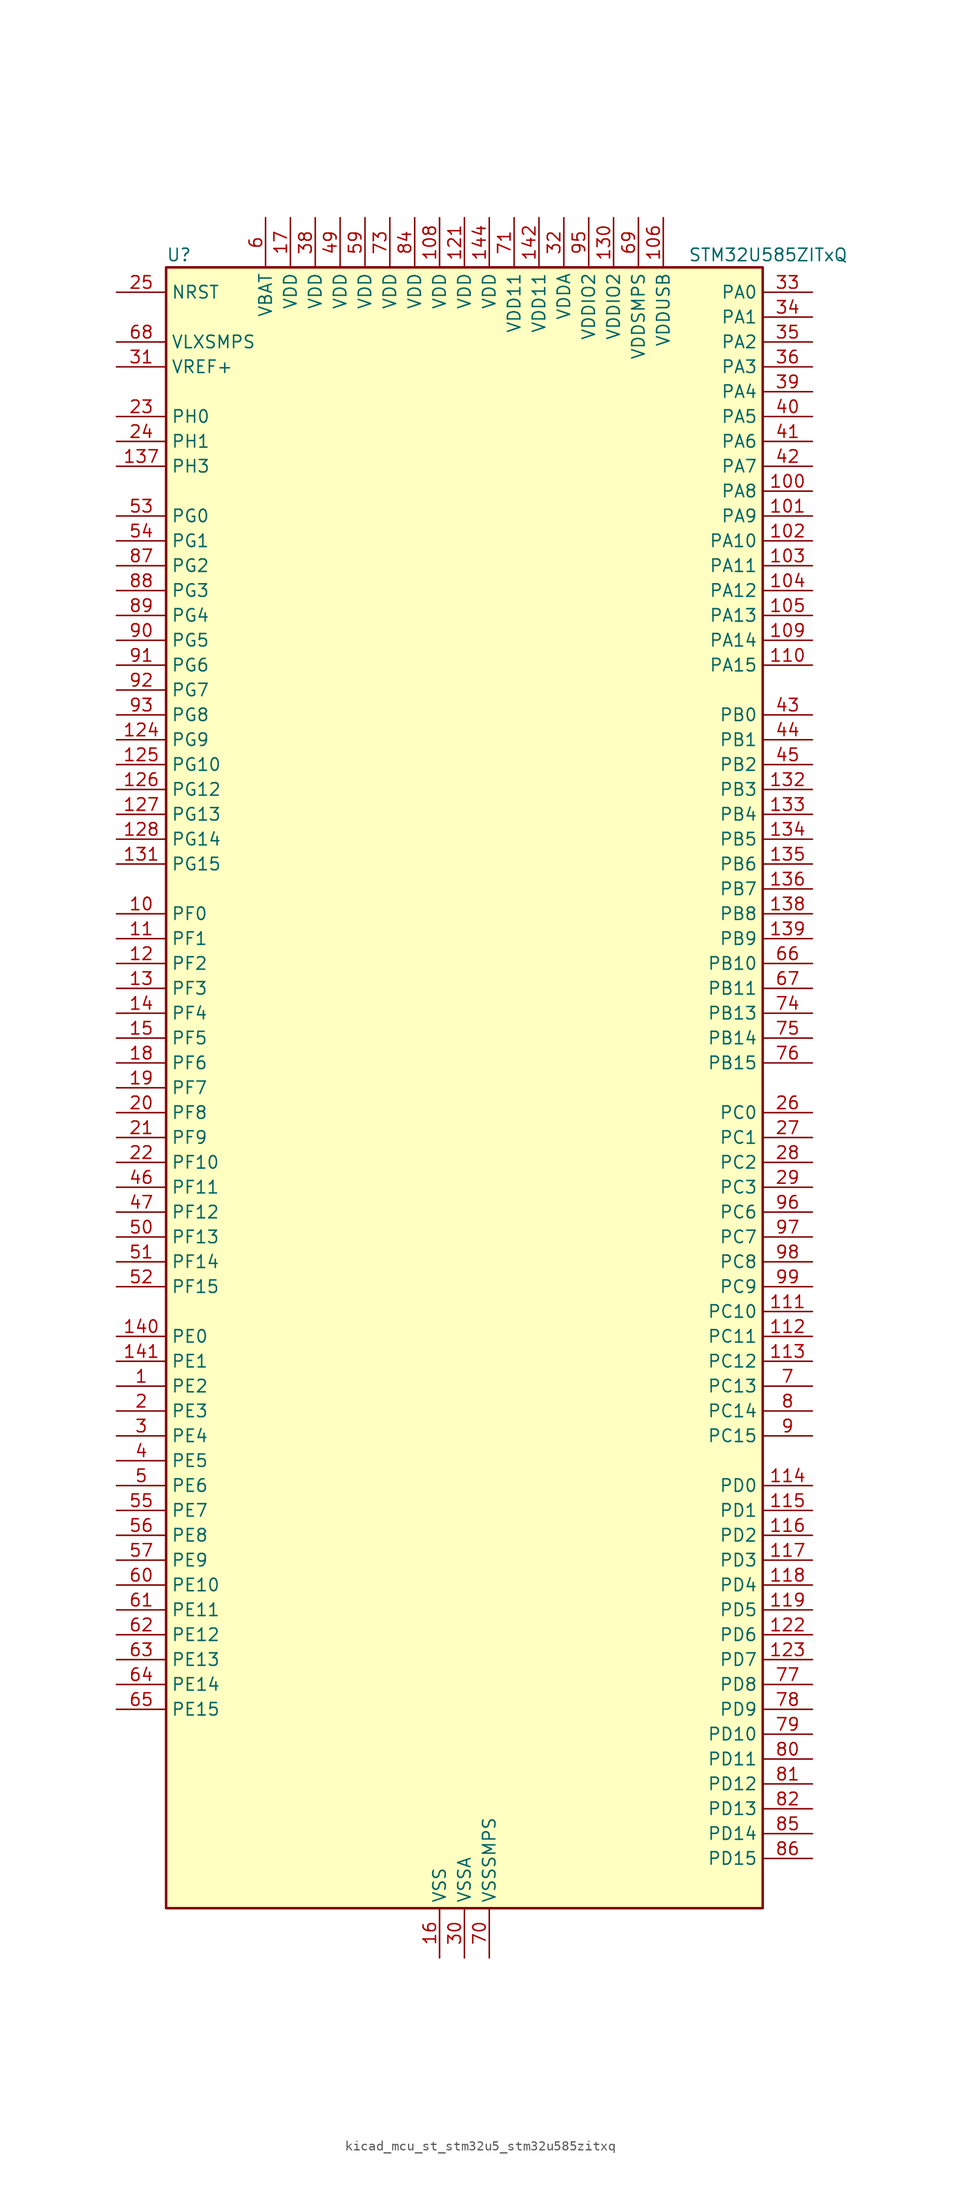
<source format=kicad_sym>
(kicad_symbol_lib
  (version 20220914)
  (generator kicad_symbol_editor)
  (symbol "kicad_mcu_st_stm32u5_stm32u585zitxq"
    (property "Reference" "U"
      (at -30.48 85.09 0)
      (effects (font (size 1.27 1.27)) (justify left)))
    (property "Value" "STM32U585ZITxQ"
      (at 22.86 85.09 0)
      (effects (font (size 1.27 1.27)) (justify left)))
    (property "ki_locked" ""
      (at 0 0 0)
      (effects (font (size 1.27 1.27))))
    (symbol "kicad_mcu_st_stm32u5_stm32u585zitxq_0_1"
      (rectangle (start -30.48 -83.82) (end 30.48 83.82) (stroke (width 0.254) (type default)) (fill (type background))))
    (symbol "kicad_mcu_st_stm32u5_stm32u585zitxq_1_1"
      (pin bidirectional line (at -35.56 -30.48 0) (length 5.08) (name "PE2" (effects (font (size 1.27 1.27)))) (number "1" (effects (font (size 1.27 1.27)))) (alternate "DEBUG_TRACECLK" bidirectional line) (alternate "FMC_A23" bidirectional line) (alternate "SAI1_CK1" bidirectional line) (alternate "SAI1_MCLK_A" bidirectional line) (alternate "TIM3_ETR" bidirectional line) (alternate "TSC_G7_IO1" bidirectional line))
      (pin bidirectional line (at -35.56 17.78 0) (length 5.08) (name "PF0" (effects (font (size 1.27 1.27)))) (number "10" (effects (font (size 1.27 1.27)))) (alternate "FMC_A0" bidirectional line) (alternate "I2C2_SDA" bidirectional line) (alternate "OCTOSPIM_P2_IO0" bidirectional line))
      (pin bidirectional line (at 35.56 60.96 180) (length 5.08) (name "PA8" (effects (font (size 1.27 1.27)))) (number "100" (effects (font (size 1.27 1.27)))) (alternate "DEBUG_TRACECLK" bidirectional line) (alternate "LPTIM2_CH1" bidirectional line) (alternate "RCC_MCO" bidirectional line) (alternate "SAI1_CK2" bidirectional line) (alternate "SAI1_SCK_A" bidirectional line) (alternate "SPI1_RDY" bidirectional line) (alternate "TIM1_CH1" bidirectional line) (alternate "USART1_CK" bidirectional line) (alternate "USB_OTG_FS_SOF" bidirectional line))
      (pin bidirectional line (at 35.56 58.42 180) (length 5.08) (name "PA9" (effects (font (size 1.27 1.27)))) (number "101" (effects (font (size 1.27 1.27)))) (alternate "DAC1_EXTI9" bidirectional line) (alternate "DCMI_D0" bidirectional line) (alternate "PSSI_D0" bidirectional line) (alternate "SAI1_FS_A" bidirectional line) (alternate "SPI2_SCK" bidirectional line) (alternate "TIM15_BKIN" bidirectional line) (alternate "TIM1_CH2" bidirectional line) (alternate "USART1_TX" bidirectional line) (alternate "USB_OTG_FS_VBUS" bidirectional line))
      (pin bidirectional line (at 35.56 55.88 180) (length 5.08) (name "PA10" (effects (font (size 1.27 1.27)))) (number "102" (effects (font (size 1.27 1.27)))) (alternate "CRS_SYNC" bidirectional line) (alternate "DCMI_D1" bidirectional line) (alternate "LPTIM2_IN2" bidirectional line) (alternate "PSSI_D1" bidirectional line) (alternate "SAI1_D1" bidirectional line) (alternate "SAI1_SD_A" bidirectional line) (alternate "TIM17_BKIN" bidirectional line) (alternate "TIM1_CH3" bidirectional line) (alternate "USART1_RX" bidirectional line) (alternate "USB_OTG_FS_ID" bidirectional line))
      (pin bidirectional line (at 35.56 53.34 180) (length 5.08) (name "PA11" (effects (font (size 1.27 1.27)))) (number "103" (effects (font (size 1.27 1.27)))) (alternate "ADC1_EXTI11" bidirectional line) (alternate "FDCAN1_RX" bidirectional line) (alternate "SPI1_MISO" bidirectional line) (alternate "TIM1_BKIN2" bidirectional line) (alternate "TIM1_CH4" bidirectional line) (alternate "USART1_CTS" bidirectional line) (alternate "USB_OTG_FS_DM" bidirectional line))
      (pin bidirectional line (at 35.56 50.8 180) (length 5.08) (name "PA12" (effects (font (size 1.27 1.27)))) (number "104" (effects (font (size 1.27 1.27)))) (alternate "FDCAN1_TX" bidirectional line) (alternate "OCTOSPIM_P2_NCS" bidirectional line) (alternate "SPI1_MOSI" bidirectional line) (alternate "TIM1_ETR" bidirectional line) (alternate "USART1_DE" bidirectional line) (alternate "USART1_RTS" bidirectional line) (alternate "USB_OTG_FS_DP" bidirectional line))
      (pin bidirectional line (at 35.56 48.26 180) (length 5.08) (name "PA13" (effects (font (size 1.27 1.27)))) (number "105" (effects (font (size 1.27 1.27)))) (alternate "DEBUG_JTMS-SWDIO" bidirectional line) (alternate "IR_OUT" bidirectional line) (alternate "SAI1_SD_B" bidirectional line) (alternate "USB_OTG_FS_NOE" bidirectional line))
      (pin power_in line (at 20.32 88.9 270) (length 5.08) (name "VDDUSB" (effects (font (size 1.27 1.27)))) (number "106" (effects (font (size 1.27 1.27)))))
      (pin passive line (at -2.54 -88.9 90) (length 5.08) hide (name "VSS" (effects (font (size 1.27 1.27)))) (number "107" (effects (font (size 1.27 1.27)))))
      (pin power_in line (at -2.54 88.9 270) (length 5.08) (name "VDD" (effects (font (size 1.27 1.27)))) (number "108" (effects (font (size 1.27 1.27)))))
      (pin bidirectional line (at 35.56 45.72 180) (length 5.08) (name "PA14" (effects (font (size 1.27 1.27)))) (number "109" (effects (font (size 1.27 1.27)))) (alternate "DEBUG_JTCK-SWCLK" bidirectional line) (alternate "I2C1_SMBA" bidirectional line) (alternate "I2C4_SMBA" bidirectional line) (alternate "LPTIM1_CH1" bidirectional line) (alternate "SAI1_FS_B" bidirectional line) (alternate "USB_OTG_FS_SOF" bidirectional line))
      (pin bidirectional line (at -35.56 15.24 0) (length 5.08) (name "PF1" (effects (font (size 1.27 1.27)))) (number "11" (effects (font (size 1.27 1.27)))) (alternate "FMC_A1" bidirectional line) (alternate "I2C2_SCL" bidirectional line) (alternate "OCTOSPIM_P2_IO1" bidirectional line))
      (pin bidirectional line (at 35.56 43.18 180) (length 5.08) (name "PA15" (effects (font (size 1.27 1.27)))) (number "110" (effects (font (size 1.27 1.27)))) (alternate "ADC1_EXTI15" bidirectional line) (alternate "ADC4_EXTI15" bidirectional line) (alternate "DEBUG_JTDI" bidirectional line) (alternate "SAI2_FS_B" bidirectional line) (alternate "SPI1_NSS" bidirectional line) (alternate "SPI3_NSS" bidirectional line) (alternate "TIM2_CH1" bidirectional line) (alternate "TIM2_ETR" bidirectional line) (alternate "UART4_DE" bidirectional line) (alternate "UART4_RTS" bidirectional line) (alternate "UCPD1_CC1" bidirectional line) (alternate "USART2_RX" bidirectional line) (alternate "USART3_DE" bidirectional line) (alternate "USART3_RTS" bidirectional line))
      (pin bidirectional line (at 35.56 -22.86 180) (length 5.08) (name "PC10" (effects (font (size 1.27 1.27)))) (number "111" (effects (font (size 1.27 1.27)))) (alternate "ADF1_CCK1" bidirectional line) (alternate "DCMI_D8" bidirectional line) (alternate "DEBUG_TRACED1" bidirectional line) (alternate "LPTIM3_ETR" bidirectional line) (alternate "PSSI_D8" bidirectional line) (alternate "SAI2_SCK_B" bidirectional line) (alternate "SDMMC1_D2" bidirectional line) (alternate "SPI3_SCK" bidirectional line) (alternate "TSC_G3_IO2" bidirectional line) (alternate "UART4_TX" bidirectional line) (alternate "USART3_TX" bidirectional line))
      (pin bidirectional line (at 35.56 -25.4 180) (length 5.08) (name "PC11" (effects (font (size 1.27 1.27)))) (number "112" (effects (font (size 1.27 1.27)))) (alternate "ADC1_EXTI11" bidirectional line) (alternate "ADF1_SDI0" bidirectional line) (alternate "DCMI_D2" bidirectional line) (alternate "DCMI_D4" bidirectional line) (alternate "LPTIM3_IN1" bidirectional line) (alternate "OCTOSPIM_P1_NCS" bidirectional line) (alternate "PSSI_D2" bidirectional line) (alternate "PSSI_D4" bidirectional line) (alternate "SAI2_MCLK_B" bidirectional line) (alternate "SDMMC1_D3" bidirectional line) (alternate "SPI3_MISO" bidirectional line) (alternate "TSC_G3_IO3" bidirectional line) (alternate "UART4_RX" bidirectional line) (alternate "UCPD1_FRSTX2" bidirectional line) (alternate "USART3_RX" bidirectional line))
      (pin bidirectional line (at 35.56 -27.94 180) (length 5.08) (name "PC12" (effects (font (size 1.27 1.27)))) (number "113" (effects (font (size 1.27 1.27)))) (alternate "DCMI_D9" bidirectional line) (alternate "DEBUG_TRACED3" bidirectional line) (alternate "PSSI_D9" bidirectional line) (alternate "SAI2_SD_B" bidirectional line) (alternate "SDMMC1_CK" bidirectional line) (alternate "SPI3_MOSI" bidirectional line) (alternate "TSC_G3_IO4" bidirectional line) (alternate "UART5_TX" bidirectional line) (alternate "USART3_CK" bidirectional line))
      (pin bidirectional line (at 35.56 -40.64 180) (length 5.08) (name "PD0" (effects (font (size 1.27 1.27)))) (number "114" (effects (font (size 1.27 1.27)))) (alternate "FDCAN1_RX" bidirectional line) (alternate "FMC_D2" bidirectional line) (alternate "FMC_DA2" bidirectional line) (alternate "SPI2_NSS" bidirectional line) (alternate "TIM8_CH4N" bidirectional line))
      (pin bidirectional line (at 35.56 -43.18 180) (length 5.08) (name "PD1" (effects (font (size 1.27 1.27)))) (number "115" (effects (font (size 1.27 1.27)))) (alternate "FDCAN1_TX" bidirectional line) (alternate "FMC_D3" bidirectional line) (alternate "FMC_DA3" bidirectional line) (alternate "SPI2_SCK" bidirectional line))
      (pin bidirectional line (at 35.56 -45.72 180) (length 5.08) (name "PD2" (effects (font (size 1.27 1.27)))) (number "116" (effects (font (size 1.27 1.27)))) (alternate "DCMI_D11" bidirectional line) (alternate "DEBUG_TRACED2" bidirectional line) (alternate "LPTIM4_ETR" bidirectional line) (alternate "PSSI_D11" bidirectional line) (alternate "SDMMC1_CMD" bidirectional line) (alternate "TIM3_ETR" bidirectional line) (alternate "TSC_SYNC" bidirectional line) (alternate "UART5_RX" bidirectional line) (alternate "USART3_DE" bidirectional line) (alternate "USART3_RTS" bidirectional line))
      (pin bidirectional line (at 35.56 -48.26 180) (length 5.08) (name "PD3" (effects (font (size 1.27 1.27)))) (number "117" (effects (font (size 1.27 1.27)))) (alternate "DCMI_D5" bidirectional line) (alternate "FMC_CLK" bidirectional line) (alternate "MDF1_SDI0" bidirectional line) (alternate "OCTOSPIM_P2_NCS" bidirectional line) (alternate "PSSI_D5" bidirectional line) (alternate "SPI2_MISO" bidirectional line) (alternate "SPI2_SCK" bidirectional line) (alternate "USART2_CTS" bidirectional line))
      (pin bidirectional line (at 35.56 -50.8 180) (length 5.08) (name "PD4" (effects (font (size 1.27 1.27)))) (number "118" (effects (font (size 1.27 1.27)))) (alternate "FMC_NOE" bidirectional line) (alternate "MDF1_CKI0" bidirectional line) (alternate "OCTOSPIM_P1_IO4" bidirectional line) (alternate "SPI2_MOSI" bidirectional line) (alternate "USART2_DE" bidirectional line) (alternate "USART2_RTS" bidirectional line))
      (pin bidirectional line (at 35.56 -53.34 180) (length 5.08) (name "PD5" (effects (font (size 1.27 1.27)))) (number "119" (effects (font (size 1.27 1.27)))) (alternate "FMC_NWE" bidirectional line) (alternate "OCTOSPIM_P1_IO5" bidirectional line) (alternate "SPI2_RDY" bidirectional line) (alternate "USART2_TX" bidirectional line))
      (pin bidirectional line (at -35.56 12.7 0) (length 5.08) (name "PF2" (effects (font (size 1.27 1.27)))) (number "12" (effects (font (size 1.27 1.27)))) (alternate "FMC_A2" bidirectional line) (alternate "I2C2_SMBA" bidirectional line) (alternate "LPTIM3_CH2" bidirectional line) (alternate "OCTOSPIM_P2_IO2" bidirectional line) (alternate "PWR_WKUP8" bidirectional line))
      (pin passive line (at -2.54 -88.9 90) (length 5.08) hide (name "VSS" (effects (font (size 1.27 1.27)))) (number "120" (effects (font (size 1.27 1.27)))))
      (pin power_in line (at 0 88.9 270) (length 5.08) (name "VDD" (effects (font (size 1.27 1.27)))) (number "121" (effects (font (size 1.27 1.27)))))
      (pin bidirectional line (at 35.56 -55.88 180) (length 5.08) (name "PD6" (effects (font (size 1.27 1.27)))) (number "122" (effects (font (size 1.27 1.27)))) (alternate "DCMI_D10" bidirectional line) (alternate "FMC_NWAIT" bidirectional line) (alternate "MDF1_SDI1" bidirectional line) (alternate "OCTOSPIM_P1_IO6" bidirectional line) (alternate "PSSI_D10" bidirectional line) (alternate "SAI1_D1" bidirectional line) (alternate "SAI1_SD_A" bidirectional line) (alternate "SDMMC2_CK" bidirectional line) (alternate "SPI3_MOSI" bidirectional line) (alternate "USART2_RX" bidirectional line))
      (pin bidirectional line (at 35.56 -58.42 180) (length 5.08) (name "PD7" (effects (font (size 1.27 1.27)))) (number "123" (effects (font (size 1.27 1.27)))) (alternate "FMC_NCE" bidirectional line) (alternate "FMC_NE1" bidirectional line) (alternate "LPTIM4_OUT" bidirectional line) (alternate "MDF1_CKI1" bidirectional line) (alternate "OCTOSPIM_P1_IO7" bidirectional line) (alternate "SDMMC2_CMD" bidirectional line) (alternate "USART2_CK" bidirectional line))
      (pin bidirectional line (at -35.56 35.56 0) (length 5.08) (name "PG9" (effects (font (size 1.27 1.27)))) (number "124" (effects (font (size 1.27 1.27)))) (alternate "DAC1_EXTI9" bidirectional line) (alternate "FMC_NCE" bidirectional line) (alternate "FMC_NE2" bidirectional line) (alternate "OCTOSPIM_P2_IO6" bidirectional line) (alternate "SAI2_SCK_A" bidirectional line) (alternate "SPI3_SCK" bidirectional line) (alternate "TIM15_CH1N" bidirectional line) (alternate "USART1_TX" bidirectional line))
      (pin bidirectional line (at -35.56 33.02 0) (length 5.08) (name "PG10" (effects (font (size 1.27 1.27)))) (number "125" (effects (font (size 1.27 1.27)))) (alternate "FMC_NE3" bidirectional line) (alternate "LPTIM1_IN1" bidirectional line) (alternate "OCTOSPIM_P2_IO7" bidirectional line) (alternate "SAI2_FS_A" bidirectional line) (alternate "SPI3_MISO" bidirectional line) (alternate "TIM15_CH1" bidirectional line) (alternate "USART1_RX" bidirectional line))
      (pin bidirectional line (at -35.56 30.48 0) (length 5.08) (name "PG12" (effects (font (size 1.27 1.27)))) (number "126" (effects (font (size 1.27 1.27)))) (alternate "FMC_NE4" bidirectional line) (alternate "LPTIM1_ETR" bidirectional line) (alternate "OCTOSPIM_P2_NCS" bidirectional line) (alternate "SAI2_SD_A" bidirectional line) (alternate "SPI3_NSS" bidirectional line) (alternate "USART1_DE" bidirectional line) (alternate "USART1_RTS" bidirectional line))
      (pin bidirectional line (at -35.56 27.94 0) (length 5.08) (name "PG13" (effects (font (size 1.27 1.27)))) (number "127" (effects (font (size 1.27 1.27)))) (alternate "FMC_A24" bidirectional line) (alternate "I2C1_SDA" bidirectional line) (alternate "SPI3_RDY" bidirectional line) (alternate "USART1_CK" bidirectional line))
      (pin bidirectional line (at -35.56 25.4 0) (length 5.08) (name "PG14" (effects (font (size 1.27 1.27)))) (number "128" (effects (font (size 1.27 1.27)))) (alternate "FMC_A25" bidirectional line) (alternate "I2C1_SCL" bidirectional line) (alternate "LPTIM1_CH2" bidirectional line))
      (pin passive line (at -2.54 -88.9 90) (length 5.08) hide (name "VSS" (effects (font (size 1.27 1.27)))) (number "129" (effects (font (size 1.27 1.27)))))
      (pin bidirectional line (at -35.56 10.16 0) (length 5.08) (name "PF3" (effects (font (size 1.27 1.27)))) (number "13" (effects (font (size 1.27 1.27)))) (alternate "FMC_A3" bidirectional line) (alternate "LPTIM3_IN1" bidirectional line) (alternate "OCTOSPIM_P2_IO3" bidirectional line))
      (pin power_in line (at 15.24 88.9 270) (length 5.08) (name "VDDIO2" (effects (font (size 1.27 1.27)))) (number "130" (effects (font (size 1.27 1.27)))))
      (pin bidirectional line (at -35.56 22.86 0) (length 5.08) (name "PG15" (effects (font (size 1.27 1.27)))) (number "131" (effects (font (size 1.27 1.27)))) (alternate "ADC1_EXTI15" bidirectional line) (alternate "ADC4_EXTI15" bidirectional line) (alternate "DCMI_D13" bidirectional line) (alternate "I2C1_SMBA" bidirectional line) (alternate "LPTIM1_CH1" bidirectional line) (alternate "OCTOSPIM_P2_DQS" bidirectional line) (alternate "PSSI_D13" bidirectional line))
      (pin bidirectional line (at 35.56 30.48 180) (length 5.08) (name "PB3" (effects (font (size 1.27 1.27)))) (number "132" (effects (font (size 1.27 1.27)))) (alternate "ADF1_CCK0" bidirectional line) (alternate "COMP2_INM" bidirectional line) (alternate "CRS_SYNC" bidirectional line) (alternate "DEBUG_JTDO-SWO" bidirectional line) (alternate "I2C1_SDA" bidirectional line) (alternate "LPTIM1_CH1" bidirectional line) (alternate "SAI1_SCK_B" bidirectional line) (alternate "SDMMC2_D2" bidirectional line) (alternate "SPI1_SCK" bidirectional line) (alternate "SPI3_SCK" bidirectional line) (alternate "TIM2_CH2" bidirectional line) (alternate "USART1_DE" bidirectional line) (alternate "USART1_RTS" bidirectional line))
      (pin bidirectional line (at 35.56 27.94 180) (length 5.08) (name "PB4" (effects (font (size 1.27 1.27)))) (number "133" (effects (font (size 1.27 1.27)))) (alternate "ADF1_SDI0" bidirectional line) (alternate "COMP2_INP" bidirectional line) (alternate "DCMI_D12" bidirectional line) (alternate "DEBUG_JTRST" bidirectional line) (alternate "I2C3_SDA" bidirectional line) (alternate "LPTIM1_CH2" bidirectional line) (alternate "PSSI_D12" bidirectional line) (alternate "SAI1_MCLK_B" bidirectional line) (alternate "SDMMC2_D3" bidirectional line) (alternate "SPI1_MISO" bidirectional line) (alternate "SPI3_MISO" bidirectional line) (alternate "TIM17_BKIN" bidirectional line) (alternate "TIM3_CH1" bidirectional line) (alternate "TSC_G2_IO1" bidirectional line) (alternate "UART5_DE" bidirectional line) (alternate "UART5_RTS" bidirectional line) (alternate "USART1_CTS" bidirectional line))
      (pin bidirectional line (at 35.56 25.4 180) (length 5.08) (name "PB5" (effects (font (size 1.27 1.27)))) (number "134" (effects (font (size 1.27 1.27)))) (alternate "COMP2_OUT" bidirectional line) (alternate "DCMI_D10" bidirectional line) (alternate "I2C1_SMBA" bidirectional line) (alternate "LPTIM1_IN1" bidirectional line) (alternate "OCTOSPIM_P1_NCLK" bidirectional line) (alternate "PSSI_D10" bidirectional line) (alternate "PWR_WKUP6" bidirectional line) (alternate "SAI1_SD_B" bidirectional line) (alternate "SPI1_MOSI" bidirectional line) (alternate "SPI3_MOSI" bidirectional line) (alternate "TIM16_BKIN" bidirectional line) (alternate "TIM3_CH2" bidirectional line) (alternate "TSC_G2_IO2" bidirectional line) (alternate "UART5_CTS" bidirectional line) (alternate "UCPD1_DBCC1" bidirectional line) (alternate "USART1_CK" bidirectional line))
      (pin bidirectional line (at 35.56 22.86 180) (length 5.08) (name "PB6" (effects (font (size 1.27 1.27)))) (number "135" (effects (font (size 1.27 1.27)))) (alternate "COMP2_INP" bidirectional line) (alternate "DCMI_D5" bidirectional line) (alternate "I2C1_SCL" bidirectional line) (alternate "I2C4_SCL" bidirectional line) (alternate "LPTIM1_ETR" bidirectional line) (alternate "MDF1_SDI5" bidirectional line) (alternate "PSSI_D5" bidirectional line) (alternate "PWR_WKUP3" bidirectional line) (alternate "SAI1_FS_B" bidirectional line) (alternate "TIM16_CH1N" bidirectional line) (alternate "TIM4_CH1" bidirectional line) (alternate "TIM8_BKIN2" bidirectional line) (alternate "TSC_G2_IO3" bidirectional line) (alternate "USART1_TX" bidirectional line))
      (pin bidirectional line (at 35.56 20.32 180) (length 5.08) (name "PB7" (effects (font (size 1.27 1.27)))) (number "136" (effects (font (size 1.27 1.27)))) (alternate "COMP2_INM" bidirectional line) (alternate "DCMI_VSYNC" bidirectional line) (alternate "FMC_NL" bidirectional line) (alternate "I2C1_SDA" bidirectional line) (alternate "I2C4_SDA" bidirectional line) (alternate "LPTIM1_IN2" bidirectional line) (alternate "MDF1_CKI5" bidirectional line) (alternate "PSSI_RDY" bidirectional line) (alternate "PWR_PVD_IN" bidirectional line) (alternate "PWR_WKUP4" bidirectional line) (alternate "TIM17_CH1N" bidirectional line) (alternate "TIM4_CH2" bidirectional line) (alternate "TIM8_BKIN" bidirectional line) (alternate "TSC_G2_IO4" bidirectional line) (alternate "UART4_CTS" bidirectional line) (alternate "USART1_RX" bidirectional line))
      (pin bidirectional line (at -35.56 63.5 0) (length 5.08) (name "PH3" (effects (font (size 1.27 1.27)))) (number "137" (effects (font (size 1.27 1.27)))))
      (pin bidirectional line (at 35.56 17.78 180) (length 5.08) (name "PB8" (effects (font (size 1.27 1.27)))) (number "138" (effects (font (size 1.27 1.27)))) (alternate "DCMI_D6" bidirectional line) (alternate "FDCAN1_RX" bidirectional line) (alternate "I2C1_SCL" bidirectional line) (alternate "MDF1_CCK0" bidirectional line) (alternate "PSSI_D6" bidirectional line) (alternate "PWR_WKUP5" bidirectional line) (alternate "SAI1_CK1" bidirectional line) (alternate "SAI1_MCLK_A" bidirectional line) (alternate "SDMMC1_CKIN" bidirectional line) (alternate "SDMMC1_D4" bidirectional line) (alternate "SDMMC2_D4" bidirectional line) (alternate "SPI3_RDY" bidirectional line) (alternate "TIM16_CH1" bidirectional line) (alternate "TIM4_CH3" bidirectional line))
      (pin bidirectional line (at 35.56 15.24 180) (length 5.08) (name "PB9" (effects (font (size 1.27 1.27)))) (number "139" (effects (font (size 1.27 1.27)))) (alternate "DAC1_EXTI9" bidirectional line) (alternate "DCMI_D7" bidirectional line) (alternate "FDCAN1_TX" bidirectional line) (alternate "I2C1_SDA" bidirectional line) (alternate "IR_OUT" bidirectional line) (alternate "PSSI_D7" bidirectional line) (alternate "SAI1_D2" bidirectional line) (alternate "SAI1_FS_A" bidirectional line) (alternate "SDMMC1_CDIR" bidirectional line) (alternate "SDMMC1_D5" bidirectional line) (alternate "SDMMC2_D5" bidirectional line) (alternate "SPI2_NSS" bidirectional line) (alternate "TIM17_CH1" bidirectional line) (alternate "TIM4_CH4" bidirectional line))
      (pin bidirectional line (at -35.56 7.62 0) (length 5.08) (name "PF4" (effects (font (size 1.27 1.27)))) (number "14" (effects (font (size 1.27 1.27)))) (alternate "FMC_A4" bidirectional line) (alternate "LPTIM3_ETR" bidirectional line) (alternate "OCTOSPIM_P2_CLK" bidirectional line))
      (pin bidirectional line (at -35.56 -25.4 0) (length 5.08) (name "PE0" (effects (font (size 1.27 1.27)))) (number "140" (effects (font (size 1.27 1.27)))) (alternate "DCMI_D2" bidirectional line) (alternate "FMC_NBL0" bidirectional line) (alternate "PSSI_D2" bidirectional line) (alternate "TIM16_CH1" bidirectional line) (alternate "TIM4_ETR" bidirectional line))
      (pin bidirectional line (at -35.56 -27.94 0) (length 5.08) (name "PE1" (effects (font (size 1.27 1.27)))) (number "141" (effects (font (size 1.27 1.27)))) (alternate "DCMI_D3" bidirectional line) (alternate "FMC_NBL1" bidirectional line) (alternate "PSSI_D3" bidirectional line) (alternate "TIM17_CH1" bidirectional line))
      (pin power_in line (at 7.62 88.9 270) (length 5.08) (name "VDD11" (effects (font (size 1.27 1.27)))) (number "142" (effects (font (size 1.27 1.27)))))
      (pin passive line (at -2.54 -88.9 90) (length 5.08) hide (name "VSS" (effects (font (size 1.27 1.27)))) (number "143" (effects (font (size 1.27 1.27)))))
      (pin power_in line (at 2.54 88.9 270) (length 5.08) (name "VDD" (effects (font (size 1.27 1.27)))) (number "144" (effects (font (size 1.27 1.27)))))
      (pin bidirectional line (at -35.56 5.08 0) (length 5.08) (name "PF5" (effects (font (size 1.27 1.27)))) (number "15" (effects (font (size 1.27 1.27)))) (alternate "FMC_A5" bidirectional line) (alternate "LPTIM3_CH1" bidirectional line) (alternate "OCTOSPIM_P2_NCLK" bidirectional line))
      (pin power_in line (at -2.54 -88.9 90) (length 5.08) (name "VSS" (effects (font (size 1.27 1.27)))) (number "16" (effects (font (size 1.27 1.27)))))
      (pin power_in line (at -17.78 88.9 270) (length 5.08) (name "VDD" (effects (font (size 1.27 1.27)))) (number "17" (effects (font (size 1.27 1.27)))))
      (pin bidirectional line (at -35.56 2.54 0) (length 5.08) (name "PF6" (effects (font (size 1.27 1.27)))) (number "18" (effects (font (size 1.27 1.27)))) (alternate "DCMI_D12" bidirectional line) (alternate "OCTOSPIM_P1_IO3" bidirectional line) (alternate "OCTOSPIM_P2_NCS" bidirectional line) (alternate "PSSI_D12" bidirectional line) (alternate "SAI1_SD_B" bidirectional line) (alternate "TIM5_CH1" bidirectional line) (alternate "TIM5_ETR" bidirectional line))
      (pin bidirectional line (at -35.56 0 0) (length 5.08) (name "PF7" (effects (font (size 1.27 1.27)))) (number "19" (effects (font (size 1.27 1.27)))) (alternate "FDCAN1_RX" bidirectional line) (alternate "OCTOSPIM_P1_IO2" bidirectional line) (alternate "SAI1_MCLK_B" bidirectional line) (alternate "TIM5_CH2" bidirectional line))
      (pin bidirectional line (at -35.56 -33.02 0) (length 5.08) (name "PE3" (effects (font (size 1.27 1.27)))) (number "2" (effects (font (size 1.27 1.27)))) (alternate "DEBUG_TRACED0" bidirectional line) (alternate "FMC_A19" bidirectional line) (alternate "OCTOSPIM_P1_DQS" bidirectional line) (alternate "SAI1_SD_B" bidirectional line) (alternate "TAMP_IN6" bidirectional line) (alternate "TAMP_OUT3" bidirectional line) (alternate "TIM3_CH1" bidirectional line) (alternate "TSC_G7_IO2" bidirectional line))
      (pin bidirectional line (at -35.56 -2.54 0) (length 5.08) (name "PF8" (effects (font (size 1.27 1.27)))) (number "20" (effects (font (size 1.27 1.27)))) (alternate "FDCAN1_TX" bidirectional line) (alternate "OCTOSPIM_P1_IO0" bidirectional line) (alternate "PSSI_D14" bidirectional line) (alternate "SAI1_SCK_B" bidirectional line) (alternate "TIM5_CH3" bidirectional line))
      (pin bidirectional line (at -35.56 -5.08 0) (length 5.08) (name "PF9" (effects (font (size 1.27 1.27)))) (number "21" (effects (font (size 1.27 1.27)))) (alternate "DAC1_EXTI9" bidirectional line) (alternate "OCTOSPIM_P1_IO1" bidirectional line) (alternate "PSSI_D15" bidirectional line) (alternate "SAI1_FS_B" bidirectional line) (alternate "TIM15_CH1" bidirectional line) (alternate "TIM5_CH4" bidirectional line))
      (pin bidirectional line (at -35.56 -7.62 0) (length 5.08) (name "PF10" (effects (font (size 1.27 1.27)))) (number "22" (effects (font (size 1.27 1.27)))) (alternate "DCMI_D11" bidirectional line) (alternate "MDF1_CCK1" bidirectional line) (alternate "OCTOSPIM_P1_CLK" bidirectional line) (alternate "PSSI_D11" bidirectional line) (alternate "PSSI_D15" bidirectional line) (alternate "SAI1_D3" bidirectional line) (alternate "TIM15_CH2" bidirectional line))
      (pin bidirectional line (at -35.56 68.58 0) (length 5.08) (name "PH0" (effects (font (size 1.27 1.27)))) (number "23" (effects (font (size 1.27 1.27)))) (alternate "RCC_OSC_IN" bidirectional line))
      (pin bidirectional line (at -35.56 66.04 0) (length 5.08) (name "PH1" (effects (font (size 1.27 1.27)))) (number "24" (effects (font (size 1.27 1.27)))) (alternate "RCC_OSC_OUT" bidirectional line))
      (pin input line (at -35.56 81.28 0) (length 5.08) (name "NRST" (effects (font (size 1.27 1.27)))) (number "25" (effects (font (size 1.27 1.27)))))
      (pin bidirectional line (at 35.56 -2.54 180) (length 5.08) (name "PC0" (effects (font (size 1.27 1.27)))) (number "26" (effects (font (size 1.27 1.27)))) (alternate "ADC1_IN1" bidirectional line) (alternate "ADC4_IN1" bidirectional line) (alternate "I2C3_SCL" bidirectional line) (alternate "LPTIM1_IN1" bidirectional line) (alternate "LPTIM2_IN1" bidirectional line) (alternate "LPUART1_RX" bidirectional line) (alternate "MDF1_SDI4" bidirectional line) (alternate "OCTOSPIM_P1_IO7" bidirectional line) (alternate "SAI2_FS_A" bidirectional line) (alternate "SDMMC1_D5" bidirectional line) (alternate "SPI2_RDY" bidirectional line))
      (pin bidirectional line (at 35.56 -5.08 180) (length 5.08) (name "PC1" (effects (font (size 1.27 1.27)))) (number "27" (effects (font (size 1.27 1.27)))) (alternate "ADC1_IN2" bidirectional line) (alternate "ADC4_IN2" bidirectional line) (alternate "DEBUG_TRACED0" bidirectional line) (alternate "I2C3_SDA" bidirectional line) (alternate "LPTIM1_CH1" bidirectional line) (alternate "LPUART1_TX" bidirectional line) (alternate "MDF1_CKI4" bidirectional line) (alternate "OCTOSPIM_P1_IO4" bidirectional line) (alternate "SAI1_SD_A" bidirectional line) (alternate "SDMMC2_CK" bidirectional line) (alternate "SPI2_MOSI" bidirectional line))
      (pin bidirectional line (at 35.56 -7.62 180) (length 5.08) (name "PC2" (effects (font (size 1.27 1.27)))) (number "28" (effects (font (size 1.27 1.27)))) (alternate "ADC1_IN3" bidirectional line) (alternate "ADC4_IN3" bidirectional line) (alternate "LPTIM1_IN2" bidirectional line) (alternate "MDF1_CCK1" bidirectional line) (alternate "OCTOSPIM_P1_IO5" bidirectional line) (alternate "SPI2_MISO" bidirectional line))
      (pin bidirectional line (at 35.56 -10.16 180) (length 5.08) (name "PC3" (effects (font (size 1.27 1.27)))) (number "29" (effects (font (size 1.27 1.27)))) (alternate "ADC1_IN4" bidirectional line) (alternate "ADC4_IN4" bidirectional line) (alternate "LPTIM1_ETR" bidirectional line) (alternate "LPTIM2_ETR" bidirectional line) (alternate "LPTIM3_CH1" bidirectional line) (alternate "OCTOSPIM_P1_IO6" bidirectional line) (alternate "SAI1_D1" bidirectional line) (alternate "SAI1_SD_A" bidirectional line) (alternate "SPI2_MOSI" bidirectional line))
      (pin bidirectional line (at -35.56 -35.56 0) (length 5.08) (name "PE4" (effects (font (size 1.27 1.27)))) (number "3" (effects (font (size 1.27 1.27)))) (alternate "DCMI_D4" bidirectional line) (alternate "DEBUG_TRACED1" bidirectional line) (alternate "FMC_A20" bidirectional line) (alternate "MDF1_SDI3" bidirectional line) (alternate "PSSI_D4" bidirectional line) (alternate "PWR_WKUP1" bidirectional line) (alternate "SAI1_D2" bidirectional line) (alternate "SAI1_FS_A" bidirectional line) (alternate "TAMP_IN7" bidirectional line) (alternate "TAMP_OUT8" bidirectional line) (alternate "TIM3_CH2" bidirectional line) (alternate "TSC_G7_IO3" bidirectional line))
      (pin power_in line (at 0 -88.9 90) (length 5.08) (name "VSSA" (effects (font (size 1.27 1.27)))) (number "30" (effects (font (size 1.27 1.27)))))
      (pin input line (at -35.56 73.66 0) (length 5.08) (name "VREF+" (effects (font (size 1.27 1.27)))) (number "31" (effects (font (size 1.27 1.27)))) (alternate "VREFBUF_OUT" bidirectional line))
      (pin power_in line (at 10.16 88.9 270) (length 5.08) (name "VDDA" (effects (font (size 1.27 1.27)))) (number "32" (effects (font (size 1.27 1.27)))))
      (pin bidirectional line (at 35.56 81.28 180) (length 5.08) (name "PA0" (effects (font (size 1.27 1.27)))) (number "33" (effects (font (size 1.27 1.27)))) (alternate "ADC1_IN5" bidirectional line) (alternate "AUDIOCLK" bidirectional line) (alternate "OCTOSPIM_P2_NCS" bidirectional line) (alternate "OPAMP1_VINP" bidirectional line) (alternate "PWR_WKUP1" bidirectional line) (alternate "SDMMC2_CMD" bidirectional line) (alternate "SPI3_RDY" bidirectional line) (alternate "TAMP_IN2" bidirectional line) (alternate "TAMP_OUT1" bidirectional line) (alternate "TIM2_CH1" bidirectional line) (alternate "TIM2_ETR" bidirectional line) (alternate "TIM5_CH1" bidirectional line) (alternate "TIM8_ETR" bidirectional line) (alternate "UART4_TX" bidirectional line) (alternate "USART2_CTS" bidirectional line))
      (pin bidirectional line (at 35.56 78.74 180) (length 5.08) (name "PA1" (effects (font (size 1.27 1.27)))) (number "34" (effects (font (size 1.27 1.27)))) (alternate "ADC1_IN6" bidirectional line) (alternate "I2C1_SMBA" bidirectional line) (alternate "LPTIM1_CH2" bidirectional line) (alternate "OCTOSPIM_P1_DQS" bidirectional line) (alternate "OPAMP1_VINM" bidirectional line) (alternate "PWR_WKUP3" bidirectional line) (alternate "SPI1_SCK" bidirectional line) (alternate "TAMP_IN5" bidirectional line) (alternate "TAMP_OUT4" bidirectional line) (alternate "TIM15_CH1N" bidirectional line) (alternate "TIM2_CH2" bidirectional line) (alternate "TIM5_CH2" bidirectional line) (alternate "UART4_RX" bidirectional line) (alternate "USART2_DE" bidirectional line) (alternate "USART2_RTS" bidirectional line))
      (pin bidirectional line (at 35.56 76.2 180) (length 5.08) (name "PA2" (effects (font (size 1.27 1.27)))) (number "35" (effects (font (size 1.27 1.27)))) (alternate "ADC1_IN7" bidirectional line) (alternate "COMP1_INP" bidirectional line) (alternate "LPUART1_TX" bidirectional line) (alternate "OCTOSPIM_P1_NCS" bidirectional line) (alternate "PWR_WKUP4" bidirectional line) (alternate "RCC_LSCO" bidirectional line) (alternate "SPI1_RDY" bidirectional line) (alternate "TIM15_CH1" bidirectional line) (alternate "TIM2_CH3" bidirectional line) (alternate "TIM5_CH3" bidirectional line) (alternate "UCPD1_FRSTX1" bidirectional line) (alternate "USART2_TX" bidirectional line))
      (pin bidirectional line (at 35.56 73.66 180) (length 5.08) (name "PA3" (effects (font (size 1.27 1.27)))) (number "36" (effects (font (size 1.27 1.27)))) (alternate "ADC1_IN8" bidirectional line) (alternate "LPUART1_RX" bidirectional line) (alternate "OCTOSPIM_P1_CLK" bidirectional line) (alternate "OPAMP1_VOUT" bidirectional line) (alternate "PWR_WKUP5" bidirectional line) (alternate "SAI1_CK1" bidirectional line) (alternate "SAI1_MCLK_A" bidirectional line) (alternate "TIM15_CH2" bidirectional line) (alternate "TIM2_CH4" bidirectional line) (alternate "TIM5_CH4" bidirectional line) (alternate "USART2_RX" bidirectional line))
      (pin passive line (at -2.54 -88.9 90) (length 5.08) hide (name "VSS" (effects (font (size 1.27 1.27)))) (number "37" (effects (font (size 1.27 1.27)))))
      (pin power_in line (at -15.24 88.9 270) (length 5.08) (name "VDD" (effects (font (size 1.27 1.27)))) (number "38" (effects (font (size 1.27 1.27)))))
      (pin bidirectional line (at 35.56 71.12 180) (length 5.08) (name "PA4" (effects (font (size 1.27 1.27)))) (number "39" (effects (font (size 1.27 1.27)))) (alternate "ADC1_IN9" bidirectional line) (alternate "ADC4_IN9" bidirectional line) (alternate "DAC1_OUT1" bidirectional line) (alternate "DCMI_HSYNC" bidirectional line) (alternate "LPTIM2_CH1" bidirectional line) (alternate "OCTOSPIM_P1_NCS" bidirectional line) (alternate "PSSI_DE" bidirectional line) (alternate "PWR_WKUP2" bidirectional line) (alternate "SAI1_FS_B" bidirectional line) (alternate "SPI1_NSS" bidirectional line) (alternate "SPI3_NSS" bidirectional line) (alternate "USART2_CK" bidirectional line))
      (pin bidirectional line (at -35.56 -38.1 0) (length 5.08) (name "PE5" (effects (font (size 1.27 1.27)))) (number "4" (effects (font (size 1.27 1.27)))) (alternate "DCMI_D6" bidirectional line) (alternate "DEBUG_TRACED2" bidirectional line) (alternate "FMC_A21" bidirectional line) (alternate "MDF1_CKI3" bidirectional line) (alternate "PSSI_D6" bidirectional line) (alternate "PWR_WKUP2" bidirectional line) (alternate "SAI1_CK2" bidirectional line) (alternate "SAI1_SCK_A" bidirectional line) (alternate "TAMP_IN8" bidirectional line) (alternate "TAMP_OUT7" bidirectional line) (alternate "TIM3_CH3" bidirectional line) (alternate "TSC_G7_IO4" bidirectional line))
      (pin bidirectional line (at 35.56 68.58 180) (length 5.08) (name "PA5" (effects (font (size 1.27 1.27)))) (number "40" (effects (font (size 1.27 1.27)))) (alternate "ADC1_IN10" bidirectional line) (alternate "ADC4_IN10" bidirectional line) (alternate "DAC1_OUT2" bidirectional line) (alternate "LPTIM2_ETR" bidirectional line) (alternate "PSSI_D14" bidirectional line) (alternate "PWR_CSLEEP" bidirectional line) (alternate "PWR_WKUP6" bidirectional line) (alternate "SPI1_SCK" bidirectional line) (alternate "TIM2_CH1" bidirectional line) (alternate "TIM2_ETR" bidirectional line) (alternate "TIM8_CH1N" bidirectional line) (alternate "USART3_RX" bidirectional line))
      (pin bidirectional line (at 35.56 66.04 180) (length 5.08) (name "PA6" (effects (font (size 1.27 1.27)))) (number "41" (effects (font (size 1.27 1.27)))) (alternate "ADC1_IN11" bidirectional line) (alternate "ADC4_IN11" bidirectional line) (alternate "DCMI_PIXCLK" bidirectional line) (alternate "LPUART1_CTS" bidirectional line) (alternate "OCTOSPIM_P1_IO3" bidirectional line) (alternate "OPAMP2_VINP" bidirectional line) (alternate "PSSI_PDCK" bidirectional line) (alternate "PWR_CDSTOP" bidirectional line) (alternate "PWR_WKUP7" bidirectional line) (alternate "SPI1_MISO" bidirectional line) (alternate "TIM16_CH1" bidirectional line) (alternate "TIM1_BKIN" bidirectional line) (alternate "TIM3_CH1" bidirectional line) (alternate "TIM8_BKIN" bidirectional line) (alternate "USART3_CTS" bidirectional line))
      (pin bidirectional line (at 35.56 63.5 180) (length 5.08) (name "PA7" (effects (font (size 1.27 1.27)))) (number "42" (effects (font (size 1.27 1.27)))) (alternate "ADC1_IN12" bidirectional line) (alternate "ADC4_IN20" bidirectional line) (alternate "I2C3_SCL" bidirectional line) (alternate "LPTIM2_CH2" bidirectional line) (alternate "OCTOSPIM_P1_IO2" bidirectional line) (alternate "OPAMP2_VINM" bidirectional line) (alternate "PWR_SRDSTOP" bidirectional line) (alternate "PWR_WKUP8" bidirectional line) (alternate "SPI1_MOSI" bidirectional line) (alternate "TIM17_CH1" bidirectional line) (alternate "TIM1_CH1N" bidirectional line) (alternate "TIM3_CH2" bidirectional line) (alternate "TIM8_CH1N" bidirectional line) (alternate "USART3_TX" bidirectional line))
      (pin bidirectional line (at 35.56 38.1 180) (length 5.08) (name "PB0" (effects (font (size 1.27 1.27)))) (number "43" (effects (font (size 1.27 1.27)))) (alternate "ADC1_IN15" bidirectional line) (alternate "ADC4_IN18" bidirectional line) (alternate "AUDIOCLK" bidirectional line) (alternate "COMP1_OUT" bidirectional line) (alternate "LPTIM3_CH1" bidirectional line) (alternate "OCTOSPIM_P1_IO1" bidirectional line) (alternate "OPAMP2_VOUT" bidirectional line) (alternate "SPI1_NSS" bidirectional line) (alternate "TIM1_CH2N" bidirectional line) (alternate "TIM3_CH3" bidirectional line) (alternate "TIM8_CH2N" bidirectional line) (alternate "USART3_CK" bidirectional line))
      (pin bidirectional line (at 35.56 35.56 180) (length 5.08) (name "PB1" (effects (font (size 1.27 1.27)))) (number "44" (effects (font (size 1.27 1.27)))) (alternate "ADC1_IN16" bidirectional line) (alternate "ADC4_IN19" bidirectional line) (alternate "COMP1_INM" bidirectional line) (alternate "LPTIM2_IN1" bidirectional line) (alternate "LPTIM3_CH2" bidirectional line) (alternate "LPUART1_DE" bidirectional line) (alternate "LPUART1_RTS" bidirectional line) (alternate "MDF1_SDI0" bidirectional line) (alternate "OCTOSPIM_P1_IO0" bidirectional line) (alternate "PWR_WKUP4" bidirectional line) (alternate "TIM1_CH3N" bidirectional line) (alternate "TIM3_CH4" bidirectional line) (alternate "TIM8_CH3N" bidirectional line) (alternate "USART3_DE" bidirectional line) (alternate "USART3_RTS" bidirectional line))
      (pin bidirectional line (at 35.56 33.02 180) (length 5.08) (name "PB2" (effects (font (size 1.27 1.27)))) (number "45" (effects (font (size 1.27 1.27)))) (alternate "ADC1_IN17" bidirectional line) (alternate "COMP1_INP" bidirectional line) (alternate "I2C3_SMBA" bidirectional line) (alternate "LPTIM1_CH1" bidirectional line) (alternate "MDF1_CKI0" bidirectional line) (alternate "OCTOSPIM_P1_DQS" bidirectional line) (alternate "PWR_WKUP1" bidirectional line) (alternate "RTC_OUT2" bidirectional line) (alternate "SPI1_RDY" bidirectional line) (alternate "TIM8_CH4N" bidirectional line) (alternate "UCPD1_FRSTX1" bidirectional line))
      (pin bidirectional line (at -35.56 -10.16 0) (length 5.08) (name "PF11" (effects (font (size 1.27 1.27)))) (number "46" (effects (font (size 1.27 1.27)))) (alternate "ADC1_EXTI11" bidirectional line) (alternate "DCMI_D12" bidirectional line) (alternate "LPTIM4_IN1" bidirectional line) (alternate "OCTOSPIM_P1_NCLK" bidirectional line) (alternate "PSSI_D12" bidirectional line))
      (pin bidirectional line (at -35.56 -12.7 0) (length 5.08) (name "PF12" (effects (font (size 1.27 1.27)))) (number "47" (effects (font (size 1.27 1.27)))) (alternate "FMC_A6" bidirectional line) (alternate "LPTIM4_ETR" bidirectional line) (alternate "OCTOSPIM_P2_DQS" bidirectional line))
      (pin passive line (at -2.54 -88.9 90) (length 5.08) hide (name "VSS" (effects (font (size 1.27 1.27)))) (number "48" (effects (font (size 1.27 1.27)))))
      (pin power_in line (at -12.7 88.9 270) (length 5.08) (name "VDD" (effects (font (size 1.27 1.27)))) (number "49" (effects (font (size 1.27 1.27)))))
      (pin bidirectional line (at -35.56 -40.64 0) (length 5.08) (name "PE6" (effects (font (size 1.27 1.27)))) (number "5" (effects (font (size 1.27 1.27)))) (alternate "DCMI_D7" bidirectional line) (alternate "DEBUG_TRACED3" bidirectional line) (alternate "FMC_A22" bidirectional line) (alternate "PSSI_D7" bidirectional line) (alternate "PWR_WKUP3" bidirectional line) (alternate "SAI1_D1" bidirectional line) (alternate "SAI1_SD_A" bidirectional line) (alternate "TAMP_IN3" bidirectional line) (alternate "TAMP_OUT6" bidirectional line) (alternate "TIM3_CH4" bidirectional line))
      (pin bidirectional line (at -35.56 -15.24 0) (length 5.08) (name "PF13" (effects (font (size 1.27 1.27)))) (number "50" (effects (font (size 1.27 1.27)))) (alternate "FMC_A7" bidirectional line) (alternate "I2C4_SMBA" bidirectional line) (alternate "LPTIM4_OUT" bidirectional line) (alternate "UCPD1_FRSTX2" bidirectional line))
      (pin bidirectional line (at -35.56 -17.78 0) (length 5.08) (name "PF14" (effects (font (size 1.27 1.27)))) (number "51" (effects (font (size 1.27 1.27)))) (alternate "ADC4_IN5" bidirectional line) (alternate "FMC_A8" bidirectional line) (alternate "I2C4_SCL" bidirectional line) (alternate "TSC_G8_IO1" bidirectional line))
      (pin bidirectional line (at -35.56 -20.32 0) (length 5.08) (name "PF15" (effects (font (size 1.27 1.27)))) (number "52" (effects (font (size 1.27 1.27)))) (alternate "ADC1_EXTI15" bidirectional line) (alternate "ADC4_EXTI15" bidirectional line) (alternate "ADC4_IN6" bidirectional line) (alternate "FMC_A9" bidirectional line) (alternate "I2C4_SDA" bidirectional line) (alternate "TSC_G8_IO2" bidirectional line))
      (pin bidirectional line (at -35.56 58.42 0) (length 5.08) (name "PG0" (effects (font (size 1.27 1.27)))) (number "53" (effects (font (size 1.27 1.27)))) (alternate "ADC4_IN7" bidirectional line) (alternate "FMC_A10" bidirectional line) (alternate "OCTOSPIM_P2_IO4" bidirectional line) (alternate "TSC_G8_IO3" bidirectional line))
      (pin bidirectional line (at -35.56 55.88 0) (length 5.08) (name "PG1" (effects (font (size 1.27 1.27)))) (number "54" (effects (font (size 1.27 1.27)))) (alternate "ADC4_IN8" bidirectional line) (alternate "FMC_A11" bidirectional line) (alternate "OCTOSPIM_P2_IO5" bidirectional line) (alternate "TSC_G8_IO4" bidirectional line))
      (pin bidirectional line (at -35.56 -43.18 0) (length 5.08) (name "PE7" (effects (font (size 1.27 1.27)))) (number "55" (effects (font (size 1.27 1.27)))) (alternate "FMC_D4" bidirectional line) (alternate "FMC_DA4" bidirectional line) (alternate "MDF1_SDI2" bidirectional line) (alternate "PWR_WKUP6" bidirectional line) (alternate "SAI1_SD_B" bidirectional line) (alternate "TIM1_ETR" bidirectional line))
      (pin bidirectional line (at -35.56 -45.72 0) (length 5.08) (name "PE8" (effects (font (size 1.27 1.27)))) (number "56" (effects (font (size 1.27 1.27)))) (alternate "FMC_D5" bidirectional line) (alternate "FMC_DA5" bidirectional line) (alternate "MDF1_CKI2" bidirectional line) (alternate "PWR_WKUP7" bidirectional line) (alternate "SAI1_SCK_B" bidirectional line) (alternate "TIM1_CH1N" bidirectional line))
      (pin bidirectional line (at -35.56 -48.26 0) (length 5.08) (name "PE9" (effects (font (size 1.27 1.27)))) (number "57" (effects (font (size 1.27 1.27)))) (alternate "ADF1_CCK0" bidirectional line) (alternate "DAC1_EXTI9" bidirectional line) (alternate "FMC_D6" bidirectional line) (alternate "FMC_DA6" bidirectional line) (alternate "MDF1_CCK0" bidirectional line) (alternate "OCTOSPIM_P1_NCLK" bidirectional line) (alternate "SAI1_FS_B" bidirectional line) (alternate "TIM1_CH1" bidirectional line))
      (pin passive line (at -2.54 -88.9 90) (length 5.08) hide (name "VSS" (effects (font (size 1.27 1.27)))) (number "58" (effects (font (size 1.27 1.27)))))
      (pin power_in line (at -10.16 88.9 270) (length 5.08) (name "VDD" (effects (font (size 1.27 1.27)))) (number "59" (effects (font (size 1.27 1.27)))))
      (pin power_in line (at -20.32 88.9 270) (length 5.08) (name "VBAT" (effects (font (size 1.27 1.27)))) (number "6" (effects (font (size 1.27 1.27)))))
      (pin bidirectional line (at -35.56 -50.8 0) (length 5.08) (name "PE10" (effects (font (size 1.27 1.27)))) (number "60" (effects (font (size 1.27 1.27)))) (alternate "ADF1_SDI0" bidirectional line) (alternate "FMC_D7" bidirectional line) (alternate "FMC_DA7" bidirectional line) (alternate "MDF1_SDI4" bidirectional line) (alternate "OCTOSPIM_P1_CLK" bidirectional line) (alternate "SAI1_MCLK_B" bidirectional line) (alternate "TIM1_CH2N" bidirectional line) (alternate "TSC_G5_IO1" bidirectional line))
      (pin bidirectional line (at -35.56 -53.34 0) (length 5.08) (name "PE11" (effects (font (size 1.27 1.27)))) (number "61" (effects (font (size 1.27 1.27)))) (alternate "ADC1_EXTI11" bidirectional line) (alternate "FMC_D8" bidirectional line) (alternate "FMC_DA8" bidirectional line) (alternate "MDF1_CKI4" bidirectional line) (alternate "OCTOSPIM_P1_NCS" bidirectional line) (alternate "SPI1_RDY" bidirectional line) (alternate "TIM1_CH2" bidirectional line) (alternate "TSC_G5_IO2" bidirectional line))
      (pin bidirectional line (at -35.56 -55.88 0) (length 5.08) (name "PE12" (effects (font (size 1.27 1.27)))) (number "62" (effects (font (size 1.27 1.27)))) (alternate "FMC_D9" bidirectional line) (alternate "FMC_DA9" bidirectional line) (alternate "MDF1_SDI5" bidirectional line) (alternate "OCTOSPIM_P1_IO0" bidirectional line) (alternate "SPI1_NSS" bidirectional line) (alternate "TIM1_CH3N" bidirectional line) (alternate "TSC_G5_IO3" bidirectional line))
      (pin bidirectional line (at -35.56 -58.42 0) (length 5.08) (name "PE13" (effects (font (size 1.27 1.27)))) (number "63" (effects (font (size 1.27 1.27)))) (alternate "FMC_D10" bidirectional line) (alternate "FMC_DA10" bidirectional line) (alternate "MDF1_CKI5" bidirectional line) (alternate "OCTOSPIM_P1_IO1" bidirectional line) (alternate "SPI1_SCK" bidirectional line) (alternate "TIM1_CH3" bidirectional line) (alternate "TSC_G5_IO4" bidirectional line))
      (pin bidirectional line (at -35.56 -60.96 0) (length 5.08) (name "PE14" (effects (font (size 1.27 1.27)))) (number "64" (effects (font (size 1.27 1.27)))) (alternate "FMC_D11" bidirectional line) (alternate "FMC_DA11" bidirectional line) (alternate "OCTOSPIM_P1_IO2" bidirectional line) (alternate "SPI1_MISO" bidirectional line) (alternate "TIM1_BKIN2" bidirectional line) (alternate "TIM1_CH4" bidirectional line))
      (pin bidirectional line (at -35.56 -63.5 0) (length 5.08) (name "PE15" (effects (font (size 1.27 1.27)))) (number "65" (effects (font (size 1.27 1.27)))) (alternate "ADC1_EXTI15" bidirectional line) (alternate "ADC4_EXTI15" bidirectional line) (alternate "FMC_D12" bidirectional line) (alternate "FMC_DA12" bidirectional line) (alternate "OCTOSPIM_P1_IO3" bidirectional line) (alternate "SPI1_MOSI" bidirectional line) (alternate "TIM1_BKIN" bidirectional line) (alternate "TIM1_CH4N" bidirectional line))
      (pin bidirectional line (at 35.56 12.7 180) (length 5.08) (name "PB10" (effects (font (size 1.27 1.27)))) (number "66" (effects (font (size 1.27 1.27)))) (alternate "COMP1_OUT" bidirectional line) (alternate "I2C2_SCL" bidirectional line) (alternate "I2C4_SCL" bidirectional line) (alternate "LPTIM3_CH1" bidirectional line) (alternate "LPUART1_RX" bidirectional line) (alternate "OCTOSPIM_P1_CLK" bidirectional line) (alternate "PWR_WKUP8" bidirectional line) (alternate "SAI1_SCK_A" bidirectional line) (alternate "SPI2_SCK" bidirectional line) (alternate "TIM2_CH3" bidirectional line) (alternate "TSC_SYNC" bidirectional line) (alternate "USART3_TX" bidirectional line))
      (pin bidirectional line (at 35.56 10.16 180) (length 5.08) (name "PB11" (effects (font (size 1.27 1.27)))) (number "67" (effects (font (size 1.27 1.27)))) (alternate "ADC1_EXTI11" bidirectional line) (alternate "COMP2_OUT" bidirectional line) (alternate "I2C2_SDA" bidirectional line) (alternate "I2C4_SDA" bidirectional line) (alternate "LPUART1_TX" bidirectional line) (alternate "OCTOSPIM_P1_NCS" bidirectional line) (alternate "SPI2_RDY" bidirectional line) (alternate "TIM2_CH4" bidirectional line) (alternate "USART3_RX" bidirectional line))
      (pin power_in line (at -35.56 76.2 0) (length 5.08) (name "VLXSMPS" (effects (font (size 1.27 1.27)))) (number "68" (effects (font (size 1.27 1.27)))))
      (pin power_in line (at 17.78 88.9 270) (length 5.08) (name "VDDSMPS" (effects (font (size 1.27 1.27)))) (number "69" (effects (font (size 1.27 1.27)))))
      (pin bidirectional line (at 35.56 -30.48 180) (length 5.08) (name "PC13" (effects (font (size 1.27 1.27)))) (number "7" (effects (font (size 1.27 1.27)))) (alternate "PWR_WKUP2" bidirectional line) (alternate "RTC_OUT1" bidirectional line) (alternate "RTC_TS" bidirectional line) (alternate "TAMP_IN1" bidirectional line) (alternate "TAMP_OUT2" bidirectional line))
      (pin power_in line (at 2.54 -88.9 90) (length 5.08) (name "VSSSMPS" (effects (font (size 1.27 1.27)))) (number "70" (effects (font (size 1.27 1.27)))))
      (pin power_in line (at 5.08 88.9 270) (length 5.08) (name "VDD11" (effects (font (size 1.27 1.27)))) (number "71" (effects (font (size 1.27 1.27)))))
      (pin passive line (at -2.54 -88.9 90) (length 5.08) hide (name "VSS" (effects (font (size 1.27 1.27)))) (number "72" (effects (font (size 1.27 1.27)))))
      (pin power_in line (at -7.62 88.9 270) (length 5.08) (name "VDD" (effects (font (size 1.27 1.27)))) (number "73" (effects (font (size 1.27 1.27)))))
      (pin bidirectional line (at 35.56 7.62 180) (length 5.08) (name "PB13" (effects (font (size 1.27 1.27)))) (number "74" (effects (font (size 1.27 1.27)))) (alternate "I2C2_SCL" bidirectional line) (alternate "LPTIM3_IN1" bidirectional line) (alternate "LPUART1_CTS" bidirectional line) (alternate "MDF1_CKI1" bidirectional line) (alternate "SAI2_SCK_A" bidirectional line) (alternate "SPI2_SCK" bidirectional line) (alternate "TIM15_CH1N" bidirectional line) (alternate "TIM1_CH1N" bidirectional line) (alternate "TSC_G1_IO2" bidirectional line) (alternate "USART3_CTS" bidirectional line))
      (pin bidirectional line (at 35.56 5.08 180) (length 5.08) (name "PB14" (effects (font (size 1.27 1.27)))) (number "75" (effects (font (size 1.27 1.27)))) (alternate "I2C2_SDA" bidirectional line) (alternate "LPTIM3_ETR" bidirectional line) (alternate "MDF1_SDI2" bidirectional line) (alternate "SAI2_MCLK_A" bidirectional line) (alternate "SDMMC2_D0" bidirectional line) (alternate "SPI2_MISO" bidirectional line) (alternate "TIM15_CH1" bidirectional line) (alternate "TIM1_CH2N" bidirectional line) (alternate "TIM8_CH2N" bidirectional line) (alternate "TSC_G1_IO3" bidirectional line) (alternate "UCPD1_DBCC2" bidirectional line) (alternate "USART3_DE" bidirectional line) (alternate "USART3_RTS" bidirectional line))
      (pin bidirectional line (at 35.56 2.54 180) (length 5.08) (name "PB15" (effects (font (size 1.27 1.27)))) (number "76" (effects (font (size 1.27 1.27)))) (alternate "ADC1_EXTI15" bidirectional line) (alternate "ADC4_EXTI15" bidirectional line) (alternate "FMC_NBL1" bidirectional line) (alternate "LPTIM2_IN2" bidirectional line) (alternate "MDF1_CKI2" bidirectional line) (alternate "PWR_WKUP7" bidirectional line) (alternate "RTC_REFIN" bidirectional line) (alternate "SAI2_SD_A" bidirectional line) (alternate "SDMMC2_D1" bidirectional line) (alternate "SPI2_MOSI" bidirectional line) (alternate "TIM15_CH2" bidirectional line) (alternate "TIM1_CH3N" bidirectional line) (alternate "TIM8_CH3N" bidirectional line) (alternate "UCPD1_CC2" bidirectional line))
      (pin bidirectional line (at 35.56 -60.96 180) (length 5.08) (name "PD8" (effects (font (size 1.27 1.27)))) (number "77" (effects (font (size 1.27 1.27)))) (alternate "DCMI_HSYNC" bidirectional line) (alternate "FMC_D13" bidirectional line) (alternate "FMC_DA13" bidirectional line) (alternate "PSSI_DE" bidirectional line) (alternate "USART3_TX" bidirectional line))
      (pin bidirectional line (at 35.56 -63.5 180) (length 5.08) (name "PD9" (effects (font (size 1.27 1.27)))) (number "78" (effects (font (size 1.27 1.27)))) (alternate "DAC1_EXTI9" bidirectional line) (alternate "DCMI_PIXCLK" bidirectional line) (alternate "FMC_D14" bidirectional line) (alternate "FMC_DA14" bidirectional line) (alternate "LPTIM2_IN2" bidirectional line) (alternate "LPTIM3_IN1" bidirectional line) (alternate "PSSI_PDCK" bidirectional line) (alternate "SAI2_MCLK_A" bidirectional line) (alternate "USART3_RX" bidirectional line))
      (pin bidirectional line (at 35.56 -66.04 180) (length 5.08) (name "PD10" (effects (font (size 1.27 1.27)))) (number "79" (effects (font (size 1.27 1.27)))) (alternate "FMC_D15" bidirectional line) (alternate "FMC_DA15" bidirectional line) (alternate "LPTIM2_CH2" bidirectional line) (alternate "LPTIM3_ETR" bidirectional line) (alternate "SAI2_SCK_A" bidirectional line) (alternate "TSC_G6_IO1" bidirectional line) (alternate "USART3_CK" bidirectional line))
      (pin bidirectional line (at 35.56 -33.02 180) (length 5.08) (name "PC14" (effects (font (size 1.27 1.27)))) (number "8" (effects (font (size 1.27 1.27)))) (alternate "RCC_OSC32_IN" bidirectional line))
      (pin bidirectional line (at 35.56 -68.58 180) (length 5.08) (name "PD11" (effects (font (size 1.27 1.27)))) (number "80" (effects (font (size 1.27 1.27)))) (alternate "ADC1_EXTI11" bidirectional line) (alternate "ADC4_IN15" bidirectional line) (alternate "FMC_A16" bidirectional line) (alternate "FMC_CLE" bidirectional line) (alternate "I2C4_SMBA" bidirectional line) (alternate "LPTIM2_ETR" bidirectional line) (alternate "SAI2_SD_A" bidirectional line) (alternate "TSC_G6_IO2" bidirectional line) (alternate "USART3_CTS" bidirectional line))
      (pin bidirectional line (at 35.56 -71.12 180) (length 5.08) (name "PD12" (effects (font (size 1.27 1.27)))) (number "81" (effects (font (size 1.27 1.27)))) (alternate "ADC4_IN16" bidirectional line) (alternate "FMC_A17" bidirectional line) (alternate "FMC_ALE" bidirectional line) (alternate "I2C4_SCL" bidirectional line) (alternate "LPTIM2_IN1" bidirectional line) (alternate "SAI2_FS_A" bidirectional line) (alternate "TIM4_CH1" bidirectional line) (alternate "TSC_G6_IO3" bidirectional line) (alternate "USART3_DE" bidirectional line) (alternate "USART3_RTS" bidirectional line))
      (pin bidirectional line (at 35.56 -73.66 180) (length 5.08) (name "PD13" (effects (font (size 1.27 1.27)))) (number "82" (effects (font (size 1.27 1.27)))) (alternate "ADC4_IN17" bidirectional line) (alternate "FMC_A18" bidirectional line) (alternate "I2C4_SDA" bidirectional line) (alternate "LPTIM2_CH1" bidirectional line) (alternate "LPTIM4_IN1" bidirectional line) (alternate "TIM4_CH2" bidirectional line) (alternate "TSC_G6_IO4" bidirectional line))
      (pin passive line (at -2.54 -88.9 90) (length 5.08) hide (name "VSS" (effects (font (size 1.27 1.27)))) (number "83" (effects (font (size 1.27 1.27)))))
      (pin power_in line (at -5.08 88.9 270) (length 5.08) (name "VDD" (effects (font (size 1.27 1.27)))) (number "84" (effects (font (size 1.27 1.27)))))
      (pin bidirectional line (at 35.56 -76.2 180) (length 5.08) (name "PD14" (effects (font (size 1.27 1.27)))) (number "85" (effects (font (size 1.27 1.27)))) (alternate "FMC_D0" bidirectional line) (alternate "FMC_DA0" bidirectional line) (alternate "LPTIM3_CH1" bidirectional line) (alternate "TIM4_CH3" bidirectional line))
      (pin bidirectional line (at 35.56 -78.74 180) (length 5.08) (name "PD15" (effects (font (size 1.27 1.27)))) (number "86" (effects (font (size 1.27 1.27)))) (alternate "ADC1_EXTI15" bidirectional line) (alternate "ADC4_EXTI15" bidirectional line) (alternate "FMC_D1" bidirectional line) (alternate "FMC_DA1" bidirectional line) (alternate "LPTIM3_CH2" bidirectional line) (alternate "TIM4_CH4" bidirectional line))
      (pin bidirectional line (at -35.56 53.34 0) (length 5.08) (name "PG2" (effects (font (size 1.27 1.27)))) (number "87" (effects (font (size 1.27 1.27)))) (alternate "FMC_A12" bidirectional line) (alternate "SAI2_SCK_B" bidirectional line) (alternate "SPI1_SCK" bidirectional line))
      (pin bidirectional line (at -35.56 50.8 0) (length 5.08) (name "PG3" (effects (font (size 1.27 1.27)))) (number "88" (effects (font (size 1.27 1.27)))) (alternate "FMC_A13" bidirectional line) (alternate "SAI2_FS_B" bidirectional line) (alternate "SPI1_MISO" bidirectional line))
      (pin bidirectional line (at -35.56 48.26 0) (length 5.08) (name "PG4" (effects (font (size 1.27 1.27)))) (number "89" (effects (font (size 1.27 1.27)))) (alternate "FMC_A14" bidirectional line) (alternate "SAI2_MCLK_B" bidirectional line) (alternate "SPI1_MOSI" bidirectional line))
      (pin bidirectional line (at 35.56 -35.56 180) (length 5.08) (name "PC15" (effects (font (size 1.27 1.27)))) (number "9" (effects (font (size 1.27 1.27)))) (alternate "ADC1_EXTI15" bidirectional line) (alternate "ADC4_EXTI15" bidirectional line) (alternate "RCC_OSC32_OUT" bidirectional line))
      (pin bidirectional line (at -35.56 45.72 0) (length 5.08) (name "PG5" (effects (font (size 1.27 1.27)))) (number "90" (effects (font (size 1.27 1.27)))) (alternate "FMC_A15" bidirectional line) (alternate "LPUART1_CTS" bidirectional line) (alternate "SAI2_SD_B" bidirectional line) (alternate "SPI1_NSS" bidirectional line))
      (pin bidirectional line (at -35.56 43.18 0) (length 5.08) (name "PG6" (effects (font (size 1.27 1.27)))) (number "91" (effects (font (size 1.27 1.27)))) (alternate "I2C3_SMBA" bidirectional line) (alternate "LPUART1_DE" bidirectional line) (alternate "LPUART1_RTS" bidirectional line) (alternate "OCTOSPIM_P1_DQS" bidirectional line) (alternate "SPI1_RDY" bidirectional line) (alternate "UCPD1_FRSTX1" bidirectional line))
      (pin bidirectional line (at -35.56 40.64 0) (length 5.08) (name "PG7" (effects (font (size 1.27 1.27)))) (number "92" (effects (font (size 1.27 1.27)))) (alternate "FMC_INT" bidirectional line) (alternate "I2C3_SCL" bidirectional line) (alternate "LPUART1_TX" bidirectional line) (alternate "MDF1_CCK0" bidirectional line) (alternate "OCTOSPIM_P2_DQS" bidirectional line) (alternate "SAI1_CK1" bidirectional line) (alternate "SAI1_MCLK_A" bidirectional line) (alternate "UCPD1_FRSTX2" bidirectional line))
      (pin bidirectional line (at -35.56 38.1 0) (length 5.08) (name "PG8" (effects (font (size 1.27 1.27)))) (number "93" (effects (font (size 1.27 1.27)))) (alternate "I2C3_SDA" bidirectional line) (alternate "LPUART1_RX" bidirectional line))
      (pin passive line (at -2.54 -88.9 90) (length 5.08) hide (name "VSS" (effects (font (size 1.27 1.27)))) (number "94" (effects (font (size 1.27 1.27)))))
      (pin power_in line (at 12.7 88.9 270) (length 5.08) (name "VDDIO2" (effects (font (size 1.27 1.27)))) (number "95" (effects (font (size 1.27 1.27)))))
      (pin bidirectional line (at 35.56 -12.7 180) (length 5.08) (name "PC6" (effects (font (size 1.27 1.27)))) (number "96" (effects (font (size 1.27 1.27)))) (alternate "DCMI_D0" bidirectional line) (alternate "MDF1_CKI3" bidirectional line) (alternate "PSSI_D0" bidirectional line) (alternate "PWR_CSLEEP" bidirectional line) (alternate "SAI2_MCLK_A" bidirectional line) (alternate "SDMMC1_D0DIR" bidirectional line) (alternate "SDMMC1_D6" bidirectional line) (alternate "SDMMC2_D6" bidirectional line) (alternate "TIM3_CH1" bidirectional line) (alternate "TIM8_CH1" bidirectional line) (alternate "TSC_G4_IO1" bidirectional line))
      (pin bidirectional line (at 35.56 -15.24 180) (length 5.08) (name "PC7" (effects (font (size 1.27 1.27)))) (number "97" (effects (font (size 1.27 1.27)))) (alternate "DCMI_D1" bidirectional line) (alternate "LPTIM2_CH2" bidirectional line) (alternate "MDF1_SDI3" bidirectional line) (alternate "PSSI_D1" bidirectional line) (alternate "PWR_CDSTOP" bidirectional line) (alternate "SAI2_MCLK_B" bidirectional line) (alternate "SDMMC1_D123DIR" bidirectional line) (alternate "SDMMC1_D7" bidirectional line) (alternate "SDMMC2_D7" bidirectional line) (alternate "TIM3_CH2" bidirectional line) (alternate "TIM8_CH2" bidirectional line) (alternate "TSC_G4_IO2" bidirectional line))
      (pin bidirectional line (at 35.56 -17.78 180) (length 5.08) (name "PC8" (effects (font (size 1.27 1.27)))) (number "98" (effects (font (size 1.27 1.27)))) (alternate "DCMI_D2" bidirectional line) (alternate "LPTIM3_CH1" bidirectional line) (alternate "PSSI_D2" bidirectional line) (alternate "PWR_SRDSTOP" bidirectional line) (alternate "SDMMC1_D0" bidirectional line) (alternate "TIM3_CH3" bidirectional line) (alternate "TIM8_CH3" bidirectional line) (alternate "TSC_G4_IO3" bidirectional line))
      (pin bidirectional line (at 35.56 -20.32 180) (length 5.08) (name "PC9" (effects (font (size 1.27 1.27)))) (number "99" (effects (font (size 1.27 1.27)))) (alternate "DAC1_EXTI9" bidirectional line) (alternate "DCMI_D3" bidirectional line) (alternate "DEBUG_TRACED0" bidirectional line) (alternate "LPTIM3_CH2" bidirectional line) (alternate "PSSI_D3" bidirectional line) (alternate "SDMMC1_D1" bidirectional line) (alternate "TIM3_CH4" bidirectional line) (alternate "TIM8_BKIN2" bidirectional line) (alternate "TIM8_CH4" bidirectional line) (alternate "TSC_G4_IO4" bidirectional line) (alternate "USB_OTG_FS_NOE" bidirectional line)))))
</source>
